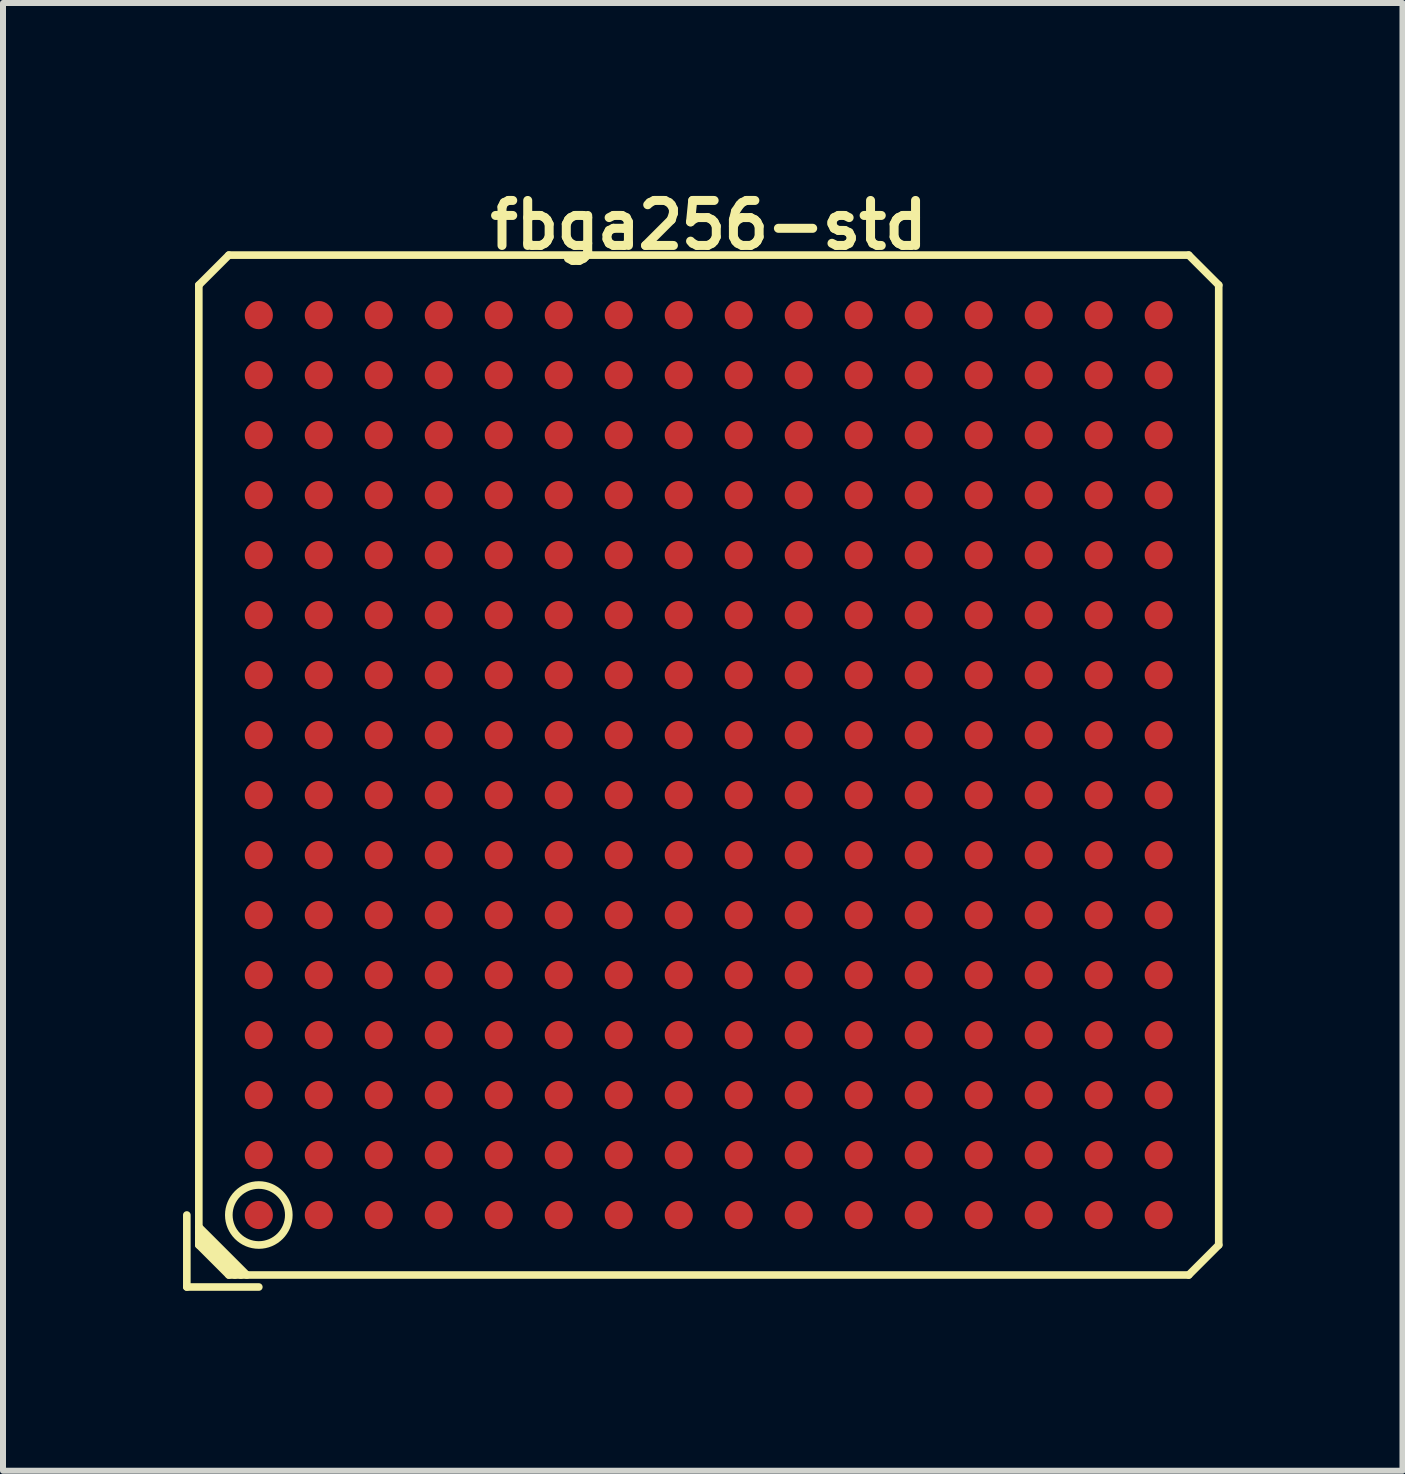
<source format=kicad_pcb>
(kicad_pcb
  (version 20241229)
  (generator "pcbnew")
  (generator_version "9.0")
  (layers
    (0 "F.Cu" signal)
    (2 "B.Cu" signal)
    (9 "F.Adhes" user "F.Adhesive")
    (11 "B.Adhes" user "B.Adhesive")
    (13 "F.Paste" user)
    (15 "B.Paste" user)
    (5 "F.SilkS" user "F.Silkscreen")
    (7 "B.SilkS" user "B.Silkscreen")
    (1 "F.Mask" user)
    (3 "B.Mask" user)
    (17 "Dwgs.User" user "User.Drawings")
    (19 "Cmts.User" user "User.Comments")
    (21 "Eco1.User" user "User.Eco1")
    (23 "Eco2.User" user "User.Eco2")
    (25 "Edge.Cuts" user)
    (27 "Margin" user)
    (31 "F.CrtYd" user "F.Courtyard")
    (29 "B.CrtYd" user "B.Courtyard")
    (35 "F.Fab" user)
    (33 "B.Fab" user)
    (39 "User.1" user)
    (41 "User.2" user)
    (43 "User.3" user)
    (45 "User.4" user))
  (footprint "fbga256-std"
    (layer "F.Cu")
    (at 8.764 9.702)
    (property "Reference" "fbga256-std" (at 0 -9 0) (layer "F.SilkS") (effects (font (size 0.75 0.75) (thickness 0.15))))
    (attr through_hole)
    (fp_line (start -8.7 7.5) (end -8.7 8.7) (stroke (width 0.127) (type solid)) (layer "F.SilkS"))
    (fp_line (start -8.7 8.7) (end -7.5 8.7) (stroke (width 0.127) (type solid)) (layer "F.SilkS"))
    (fp_line (start -8.5 -8) (end -8.5 8) (stroke (width 0.127) (type solid)) (layer "F.SilkS"))
    (fp_line (start -8.5 -8) (end -8 -8.5) (stroke (width 0.127) (type solid)) (layer "F.SilkS"))
    (fp_line (start -8.5 7.7) (end -7.7 8.5) (stroke (width 0.127) (type solid)) (layer "F.SilkS"))
    (fp_line (start -8.5 7.9) (end -7.9 8.5) (stroke (width 0.127) (type solid)) (layer "F.SilkS"))
    (fp_line (start -8 8.5) (end -8.5 8) (stroke (width 0.127) (type solid)) (layer "F.SilkS"))
    (fp_line (start -8 8.5) (end 8 8.5) (stroke (width 0.127) (type solid)) (layer "F.SilkS"))
    (fp_line (start -7.8 8.5) (end -8.5 7.8) (stroke (width 0.127) (type solid)) (layer "F.SilkS"))
    (fp_line (start 8 -8.5) (end -8 -8.5) (stroke (width 0.127) (type solid)) (layer "F.SilkS"))
    (fp_line (start 8 -8.5) (end 8.5 -8) (stroke (width 0.127) (type solid)) (layer "F.SilkS"))
    (fp_line (start 8.5 8) (end 8 8.5) (stroke (width 0.127) (type solid)) (layer "F.SilkS"))
    (fp_line (start 8.5 8) (end 8.5 -8) (stroke (width 0.127) (type solid)) (layer "F.SilkS"))
    (fp_circle (center -7.5 7.5) (end -7.8 7.9) (stroke (width 0.127) (type solid)) (fill no) (layer "F.SilkS"))
    (pad "A1" smd circle (at -7.5 7.5 90) (size 0.47 0.47) (layers "F.Cu" "F.Mask" "F.Paste"))
    (pad "A2" smd circle (at -7.5 6.5 90) (size 0.47 0.47) (layers "F.Cu" "F.Mask" "F.Paste"))
    (pad "A3" smd circle (at -7.5 5.5 90) (size 0.47 0.47) (layers "F.Cu" "F.Mask" "F.Paste"))
    (pad "A4" smd circle (at -7.5 4.5 90) (size 0.47 0.47) (layers "F.Cu" "F.Mask" "F.Paste"))
    (pad "A5" smd circle (at -7.5 3.5 90) (size 0.47 0.47) (layers "F.Cu" "F.Mask" "F.Paste"))
    (pad "A6" smd circle (at -7.5 2.5 90) (size 0.47 0.47) (layers "F.Cu" "F.Mask" "F.Paste"))
    (pad "A7" smd circle (at -7.5 1.5 90) (size 0.47 0.47) (layers "F.Cu" "F.Mask" "F.Paste"))
    (pad "A8" smd circle (at -7.5 0.5 90) (size 0.47 0.47) (layers "F.Cu" "F.Mask" "F.Paste"))
    (pad "A9" smd circle (at -7.5 -0.5 90) (size 0.47 0.47) (layers "F.Cu" "F.Mask" "F.Paste"))
    (pad "A10" smd circle (at -7.5 -1.5 90) (size 0.47 0.47) (layers "F.Cu" "F.Mask" "F.Paste"))
    (pad "A11" smd circle (at -7.5 -2.5 90) (size 0.47 0.47) (layers "F.Cu" "F.Mask" "F.Paste"))
    (pad "A12" smd circle (at -7.5 -3.5 90) (size 0.47 0.47) (layers "F.Cu" "F.Mask" "F.Paste"))
    (pad "A13" smd circle (at -7.5 -4.5 90) (size 0.47 0.47) (layers "F.Cu" "F.Mask" "F.Paste"))
    (pad "A14" smd circle (at -7.5 -5.5 90) (size 0.47 0.47) (layers "F.Cu" "F.Mask" "F.Paste"))
    (pad "A15" smd circle (at -7.5 -6.5 90) (size 0.47 0.47) (layers "F.Cu" "F.Mask" "F.Paste"))
    (pad "A16" smd circle (at -7.5 -7.5 90) (size 0.47 0.47) (layers "F.Cu" "F.Mask" "F.Paste"))
    (pad "B1" smd circle (at -6.5 7.5 90) (size 0.47 0.47) (layers "F.Cu" "F.Mask" "F.Paste"))
    (pad "B2" smd circle (at -6.5 6.5 90) (size 0.47 0.47) (layers "F.Cu" "F.Mask" "F.Paste"))
    (pad "B3" smd circle (at -6.5 5.5 90) (size 0.47 0.47) (layers "F.Cu" "F.Mask" "F.Paste"))
    (pad "B4" smd circle (at -6.5 4.5 90) (size 0.47 0.47) (layers "F.Cu" "F.Mask" "F.Paste"))
    (pad "B5" smd circle (at -6.5 3.5 90) (size 0.47 0.47) (layers "F.Cu" "F.Mask" "F.Paste"))
    (pad "B6" smd circle (at -6.5 2.5 90) (size 0.47 0.47) (layers "F.Cu" "F.Mask" "F.Paste"))
    (pad "B7" smd circle (at -6.5 1.5 90) (size 0.47 0.47) (layers "F.Cu" "F.Mask" "F.Paste"))
    (pad "B8" smd circle (at -6.5 0.5 90) (size 0.47 0.47) (layers "F.Cu" "F.Mask" "F.Paste"))
    (pad "B9" smd circle (at -6.5 -0.5 90) (size 0.47 0.47) (layers "F.Cu" "F.Mask" "F.Paste"))
    (pad "B10" smd circle (at -6.5 -1.5 90) (size 0.47 0.47) (layers "F.Cu" "F.Mask" "F.Paste"))
    (pad "B11" smd circle (at -6.5 -2.5 90) (size 0.47 0.47) (layers "F.Cu" "F.Mask" "F.Paste"))
    (pad "B12" smd circle (at -6.5 -3.5 90) (size 0.47 0.47) (layers "F.Cu" "F.Mask" "F.Paste"))
    (pad "B13" smd circle (at -6.5 -4.5 90) (size 0.47 0.47) (layers "F.Cu" "F.Mask" "F.Paste"))
    (pad "B14" smd circle (at -6.5 -5.5 90) (size 0.47 0.47) (layers "F.Cu" "F.Mask" "F.Paste"))
    (pad "B15" smd circle (at -6.5 -6.5 90) (size 0.47 0.47) (layers "F.Cu" "F.Mask" "F.Paste"))
    (pad "B16" smd circle (at -6.5 -7.5 90) (size 0.47 0.47) (layers "F.Cu" "F.Mask" "F.Paste"))
    (pad "C1" smd circle (at -5.5 7.5 90) (size 0.47 0.47) (layers "F.Cu" "F.Mask" "F.Paste"))
    (pad "C2" smd circle (at -5.5 6.5 90) (size 0.47 0.47) (layers "F.Cu" "F.Mask" "F.Paste"))
    (pad "C3" smd circle (at -5.5 5.5 90) (size 0.47 0.47) (layers "F.Cu" "F.Mask" "F.Paste"))
    (pad "C4" smd circle (at -5.5 4.5 90) (size 0.47 0.47) (layers "F.Cu" "F.Mask" "F.Paste"))
    (pad "C5" smd circle (at -5.5 3.5 90) (size 0.47 0.47) (layers "F.Cu" "F.Mask" "F.Paste"))
    (pad "C6" smd circle (at -5.5 2.5 90) (size 0.47 0.47) (layers "F.Cu" "F.Mask" "F.Paste"))
    (pad "C7" smd circle (at -5.5 1.5 90) (size 0.47 0.47) (layers "F.Cu" "F.Mask" "F.Paste"))
    (pad "C8" smd circle (at -5.5 0.5 90) (size 0.47 0.47) (layers "F.Cu" "F.Mask" "F.Paste"))
    (pad "C9" smd circle (at -5.5 -0.5 90) (size 0.47 0.47) (layers "F.Cu" "F.Mask" "F.Paste"))
    (pad "C10" smd circle (at -5.5 -1.5 90) (size 0.47 0.47) (layers "F.Cu" "F.Mask" "F.Paste"))
    (pad "C11" smd circle (at -5.5 -2.5 90) (size 0.47 0.47) (layers "F.Cu" "F.Mask" "F.Paste"))
    (pad "C12" smd circle (at -5.5 -3.5 90) (size 0.47 0.47) (layers "F.Cu" "F.Mask" "F.Paste"))
    (pad "C13" smd circle (at -5.5 -4.5 90) (size 0.47 0.47) (layers "F.Cu" "F.Mask" "F.Paste"))
    (pad "C14" smd circle (at -5.5 -5.5 90) (size 0.47 0.47) (layers "F.Cu" "F.Mask" "F.Paste"))
    (pad "C15" smd circle (at -5.5 -6.5 90) (size 0.47 0.47) (layers "F.Cu" "F.Mask" "F.Paste"))
    (pad "C16" smd circle (at -5.5 -7.5 90) (size 0.47 0.47) (layers "F.Cu" "F.Mask" "F.Paste"))
    (pad "D1" smd circle (at -4.5 7.5 90) (size 0.47 0.47) (layers "F.Cu" "F.Mask" "F.Paste"))
    (pad "D2" smd circle (at -4.5 6.5 90) (size 0.47 0.47) (layers "F.Cu" "F.Mask" "F.Paste"))
    (pad "D3" smd circle (at -4.5 5.5 90) (size 0.47 0.47) (layers "F.Cu" "F.Mask" "F.Paste"))
    (pad "D4" smd circle (at -4.5 4.5 90) (size 0.47 0.47) (layers "F.Cu" "F.Mask" "F.Paste"))
    (pad "D5" smd circle (at -4.5 3.5 90) (size 0.47 0.47) (layers "F.Cu" "F.Mask" "F.Paste"))
    (pad "D6" smd circle (at -4.5 2.5 90) (size 0.47 0.47) (layers "F.Cu" "F.Mask" "F.Paste"))
    (pad "D7" smd circle (at -4.5 1.5 90) (size 0.47 0.47) (layers "F.Cu" "F.Mask" "F.Paste"))
    (pad "D8" smd circle (at -4.5 0.5 90) (size 0.47 0.47) (layers "F.Cu" "F.Mask" "F.Paste"))
    (pad "D9" smd circle (at -4.5 -0.5 90) (size 0.47 0.47) (layers "F.Cu" "F.Mask" "F.Paste"))
    (pad "D10" smd circle (at -4.5 -1.5 90) (size 0.47 0.47) (layers "F.Cu" "F.Mask" "F.Paste"))
    (pad "D11" smd circle (at -4.5 -2.5 90) (size 0.47 0.47) (layers "F.Cu" "F.Mask" "F.Paste"))
    (pad "D12" smd circle (at -4.5 -3.5 90) (size 0.47 0.47) (layers "F.Cu" "F.Mask" "F.Paste"))
    (pad "D13" smd circle (at -4.5 -4.5 90) (size 0.47 0.47) (layers "F.Cu" "F.Mask" "F.Paste"))
    (pad "D14" smd circle (at -4.5 -5.5 90) (size 0.47 0.47) (layers "F.Cu" "F.Mask" "F.Paste"))
    (pad "D15" smd circle (at -4.5 -6.5 90) (size 0.47 0.47) (layers "F.Cu" "F.Mask" "F.Paste"))
    (pad "D16" smd circle (at -4.5 -7.5 90) (size 0.47 0.47) (layers "F.Cu" "F.Mask" "F.Paste"))
    (pad "E1" smd circle (at -3.5 7.5 90) (size 0.47 0.47) (layers "F.Cu" "F.Mask" "F.Paste"))
    (pad "E2" smd circle (at -3.5 6.5 90) (size 0.47 0.47) (layers "F.Cu" "F.Mask" "F.Paste"))
    (pad "E3" smd circle (at -3.5 5.5 90) (size 0.47 0.47) (layers "F.Cu" "F.Mask" "F.Paste"))
    (pad "E4" smd circle (at -3.5 4.5 90) (size 0.47 0.47) (layers "F.Cu" "F.Mask" "F.Paste"))
    (pad "E5" smd circle (at -3.5 3.5 90) (size 0.47 0.47) (layers "F.Cu" "F.Mask" "F.Paste"))
    (pad "E6" smd circle (at -3.5 2.5 90) (size 0.47 0.47) (layers "F.Cu" "F.Mask" "F.Paste"))
    (pad "E7" smd circle (at -3.5 1.5 90) (size 0.47 0.47) (layers "F.Cu" "F.Mask" "F.Paste"))
    (pad "E8" smd circle (at -3.5 0.5 90) (size 0.47 0.47) (layers "F.Cu" "F.Mask" "F.Paste"))
    (pad "E9" smd circle (at -3.5 -0.5 90) (size 0.47 0.47) (layers "F.Cu" "F.Mask" "F.Paste"))
    (pad "E10" smd circle (at -3.5 -1.5 90) (size 0.47 0.47) (layers "F.Cu" "F.Mask" "F.Paste"))
    (pad "E11" smd circle (at -3.5 -2.5 90) (size 0.47 0.47) (layers "F.Cu" "F.Mask" "F.Paste"))
    (pad "E12" smd circle (at -3.5 -3.5 90) (size 0.47 0.47) (layers "F.Cu" "F.Mask" "F.Paste"))
    (pad "E13" smd circle (at -3.5 -4.5 90) (size 0.47 0.47) (layers "F.Cu" "F.Mask" "F.Paste"))
    (pad "E14" smd circle (at -3.5 -5.5 90) (size 0.47 0.47) (layers "F.Cu" "F.Mask" "F.Paste"))
    (pad "E15" smd circle (at -3.5 -6.5 90) (size 0.47 0.47) (layers "F.Cu" "F.Mask" "F.Paste"))
    (pad "E16" smd circle (at -3.5 -7.5 90) (size 0.47 0.47) (layers "F.Cu" "F.Mask" "F.Paste"))
    (pad "F1" smd circle (at -2.5 7.5 90) (size 0.47 0.47) (layers "F.Cu" "F.Mask" "F.Paste"))
    (pad "F2" smd circle (at -2.5 6.5 90) (size 0.47 0.47) (layers "F.Cu" "F.Mask" "F.Paste"))
    (pad "F3" smd circle (at -2.5 5.5 90) (size 0.47 0.47) (layers "F.Cu" "F.Mask" "F.Paste"))
    (pad "F4" smd circle (at -2.5 4.5 90) (size 0.47 0.47) (layers "F.Cu" "F.Mask" "F.Paste"))
    (pad "F5" smd circle (at -2.5 3.5 90) (size 0.47 0.47) (layers "F.Cu" "F.Mask" "F.Paste"))
    (pad "F6" smd circle (at -2.5 2.5 90) (size 0.47 0.47) (layers "F.Cu" "F.Mask" "F.Paste"))
    (pad "F7" smd circle (at -2.5 1.5 90) (size 0.47 0.47) (layers "F.Cu" "F.Mask" "F.Paste"))
    (pad "F8" smd circle (at -2.5 0.5 90) (size 0.47 0.47) (layers "F.Cu" "F.Mask" "F.Paste"))
    (pad "F9" smd circle (at -2.5 -0.5 90) (size 0.47 0.47) (layers "F.Cu" "F.Mask" "F.Paste"))
    (pad "F10" smd circle (at -2.5 -1.5 90) (size 0.47 0.47) (layers "F.Cu" "F.Mask" "F.Paste"))
    (pad "F11" smd circle (at -2.5 -2.5 90) (size 0.47 0.47) (layers "F.Cu" "F.Mask" "F.Paste"))
    (pad "F12" smd circle (at -2.5 -3.5 90) (size 0.47 0.47) (layers "F.Cu" "F.Mask" "F.Paste"))
    (pad "F13" smd circle (at -2.5 -4.5 90) (size 0.47 0.47) (layers "F.Cu" "F.Mask" "F.Paste"))
    (pad "F14" smd circle (at -2.5 -5.5 90) (size 0.47 0.47) (layers "F.Cu" "F.Mask" "F.Paste"))
    (pad "F15" smd circle (at -2.5 -6.5 90) (size 0.47 0.47) (layers "F.Cu" "F.Mask" "F.Paste"))
    (pad "F16" smd circle (at -2.5 -7.5 90) (size 0.47 0.47) (layers "F.Cu" "F.Mask" "F.Paste"))
    (pad "G1" smd circle (at -1.5 7.5 90) (size 0.47 0.47) (layers "F.Cu" "F.Mask" "F.Paste"))
    (pad "G2" smd circle (at -1.5 6.5 90) (size 0.47 0.47) (layers "F.Cu" "F.Mask" "F.Paste"))
    (pad "G3" smd circle (at -1.5 5.5 90) (size 0.47 0.47) (layers "F.Cu" "F.Mask" "F.Paste"))
    (pad "G4" smd circle (at -1.5 4.5 90) (size 0.47 0.47) (layers "F.Cu" "F.Mask" "F.Paste"))
    (pad "G5" smd circle (at -1.5 3.5 90) (size 0.47 0.47) (layers "F.Cu" "F.Mask" "F.Paste"))
    (pad "G6" smd circle (at -1.5 2.5 90) (size 0.47 0.47) (layers "F.Cu" "F.Mask" "F.Paste"))
    (pad "G7" smd circle (at -1.5 1.5 90) (size 0.47 0.47) (layers "F.Cu" "F.Mask" "F.Paste"))
    (pad "G8" smd circle (at -1.5 0.5 90) (size 0.47 0.47) (layers "F.Cu" "F.Mask" "F.Paste"))
    (pad "G9" smd circle (at -1.5 -0.5 90) (size 0.47 0.47) (layers "F.Cu" "F.Mask" "F.Paste"))
    (pad "G10" smd circle (at -1.5 -1.5 90) (size 0.47 0.47) (layers "F.Cu" "F.Mask" "F.Paste"))
    (pad "G11" smd circle (at -1.5 -2.5 90) (size 0.47 0.47) (layers "F.Cu" "F.Mask" "F.Paste"))
    (pad "G12" smd circle (at -1.5 -3.5 90) (size 0.47 0.47) (layers "F.Cu" "F.Mask" "F.Paste"))
    (pad "G13" smd circle (at -1.5 -4.5 90) (size 0.47 0.47) (layers "F.Cu" "F.Mask" "F.Paste"))
    (pad "G14" smd circle (at -1.5 -5.5 90) (size 0.47 0.47) (layers "F.Cu" "F.Mask" "F.Paste"))
    (pad "G15" smd circle (at -1.5 -6.5 90) (size 0.47 0.47) (layers "F.Cu" "F.Mask" "F.Paste"))
    (pad "G16" smd circle (at -1.5 -7.5 90) (size 0.47 0.47) (layers "F.Cu" "F.Mask" "F.Paste"))
    (pad "H1" smd circle (at -0.5 7.5 90) (size 0.47 0.47) (layers "F.Cu" "F.Mask" "F.Paste"))
    (pad "H2" smd circle (at -0.5 6.5 90) (size 0.47 0.47) (layers "F.Cu" "F.Mask" "F.Paste"))
    (pad "H3" smd circle (at -0.5 5.5 90) (size 0.47 0.47) (layers "F.Cu" "F.Mask" "F.Paste"))
    (pad "H4" smd circle (at -0.5 4.5 90) (size 0.47 0.47) (layers "F.Cu" "F.Mask" "F.Paste"))
    (pad "H5" smd circle (at -0.5 3.5 90) (size 0.47 0.47) (layers "F.Cu" "F.Mask" "F.Paste"))
    (pad "H6" smd circle (at -0.5 2.5 90) (size 0.47 0.47) (layers "F.Cu" "F.Mask" "F.Paste"))
    (pad "H7" smd circle (at -0.5 1.5 90) (size 0.47 0.47) (layers "F.Cu" "F.Mask" "F.Paste"))
    (pad "H8" smd circle (at -0.5 0.5 90) (size 0.47 0.47) (layers "F.Cu" "F.Mask" "F.Paste"))
    (pad "H9" smd circle (at -0.5 -0.5 90) (size 0.47 0.47) (layers "F.Cu" "F.Mask" "F.Paste"))
    (pad "H10" smd circle (at -0.5 -1.5 90) (size 0.47 0.47) (layers "F.Cu" "F.Mask" "F.Paste"))
    (pad "H11" smd circle (at -0.5 -2.5 90) (size 0.47 0.47) (layers "F.Cu" "F.Mask" "F.Paste"))
    (pad "H12" smd circle (at -0.5 -3.5 90) (size 0.47 0.47) (layers "F.Cu" "F.Mask" "F.Paste"))
    (pad "H13" smd circle (at -0.5 -4.5 90) (size 0.47 0.47) (layers "F.Cu" "F.Mask" "F.Paste"))
    (pad "H14" smd circle (at -0.5 -5.5 90) (size 0.47 0.47) (layers "F.Cu" "F.Mask" "F.Paste"))
    (pad "H15" smd circle (at -0.5 -6.5 90) (size 0.47 0.47) (layers "F.Cu" "F.Mask" "F.Paste"))
    (pad "H16" smd circle (at -0.5 -7.5 90) (size 0.47 0.47) (layers "F.Cu" "F.Mask" "F.Paste"))
    (pad "J1" smd circle (at 0.5 7.5 90) (size 0.47 0.47) (layers "F.Cu" "F.Mask" "F.Paste"))
    (pad "J2" smd circle (at 0.5 6.5 90) (size 0.47 0.47) (layers "F.Cu" "F.Mask" "F.Paste"))
    (pad "J3" smd circle (at 0.5 5.5 90) (size 0.47 0.47) (layers "F.Cu" "F.Mask" "F.Paste"))
    (pad "J4" smd circle (at 0.5 4.5 90) (size 0.47 0.47) (layers "F.Cu" "F.Mask" "F.Paste"))
    (pad "J5" smd circle (at 0.5 3.5 90) (size 0.47 0.47) (layers "F.Cu" "F.Mask" "F.Paste"))
    (pad "J6" smd circle (at 0.5 2.5 90) (size 0.47 0.47) (layers "F.Cu" "F.Mask" "F.Paste"))
    (pad "J7" smd circle (at 0.5 1.5 90) (size 0.47 0.47) (layers "F.Cu" "F.Mask" "F.Paste"))
    (pad "J8" smd circle (at 0.5 0.5 90) (size 0.47 0.47) (layers "F.Cu" "F.Mask" "F.Paste"))
    (pad "J9" smd circle (at 0.5 -0.5 90) (size 0.47 0.47) (layers "F.Cu" "F.Mask" "F.Paste"))
    (pad "J10" smd circle (at 0.5 -1.5 90) (size 0.47 0.47) (layers "F.Cu" "F.Mask" "F.Paste"))
    (pad "J11" smd circle (at 0.5 -2.5 90) (size 0.47 0.47) (layers "F.Cu" "F.Mask" "F.Paste"))
    (pad "J12" smd circle (at 0.5 -3.5 90) (size 0.47 0.47) (layers "F.Cu" "F.Mask" "F.Paste"))
    (pad "J13" smd circle (at 0.5 -4.5 90) (size 0.47 0.47) (layers "F.Cu" "F.Mask" "F.Paste"))
    (pad "J14" smd circle (at 0.5 -5.5 90) (size 0.47 0.47) (layers "F.Cu" "F.Mask" "F.Paste"))
    (pad "J15" smd circle (at 0.5 -6.5 90) (size 0.47 0.47) (layers "F.Cu" "F.Mask" "F.Paste"))
    (pad "J16" smd circle (at 0.5 -7.5 90) (size 0.47 0.47) (layers "F.Cu" "F.Mask" "F.Paste"))
    (pad "K1" smd circle (at 1.5 7.5 90) (size 0.47 0.47) (layers "F.Cu" "F.Mask" "F.Paste"))
    (pad "K2" smd circle (at 1.5 6.5 90) (size 0.47 0.47) (layers "F.Cu" "F.Mask" "F.Paste"))
    (pad "K3" smd circle (at 1.5 5.5 90) (size 0.47 0.47) (layers "F.Cu" "F.Mask" "F.Paste"))
    (pad "K4" smd circle (at 1.5 4.5 90) (size 0.47 0.47) (layers "F.Cu" "F.Mask" "F.Paste"))
    (pad "K5" smd circle (at 1.5 3.5 90) (size 0.47 0.47) (layers "F.Cu" "F.Mask" "F.Paste"))
    (pad "K6" smd circle (at 1.5 2.5 90) (size 0.47 0.47) (layers "F.Cu" "F.Mask" "F.Paste"))
    (pad "K7" smd circle (at 1.5 1.5 90) (size 0.47 0.47) (layers "F.Cu" "F.Mask" "F.Paste"))
    (pad "K8" smd circle (at 1.5 0.5 90) (size 0.47 0.47) (layers "F.Cu" "F.Mask" "F.Paste"))
    (pad "K9" smd circle (at 1.5 -0.5 90) (size 0.47 0.47) (layers "F.Cu" "F.Mask" "F.Paste"))
    (pad "K10" smd circle (at 1.5 -1.5 90) (size 0.47 0.47) (layers "F.Cu" "F.Mask" "F.Paste"))
    (pad "K11" smd circle (at 1.5 -2.5 90) (size 0.47 0.47) (layers "F.Cu" "F.Mask" "F.Paste"))
    (pad "K12" smd circle (at 1.5 -3.5 90) (size 0.47 0.47) (layers "F.Cu" "F.Mask" "F.Paste"))
    (pad "K13" smd circle (at 1.5 -4.5 90) (size 0.47 0.47) (layers "F.Cu" "F.Mask" "F.Paste"))
    (pad "K14" smd circle (at 1.5 -5.5 90) (size 0.47 0.47) (layers "F.Cu" "F.Mask" "F.Paste"))
    (pad "K15" smd circle (at 1.5 -6.5 90) (size 0.47 0.47) (layers "F.Cu" "F.Mask" "F.Paste"))
    (pad "K16" smd circle (at 1.5 -7.5 90) (size 0.47 0.47) (layers "F.Cu" "F.Mask" "F.Paste"))
    (pad "L1" smd circle (at 2.5 7.5 90) (size 0.47 0.47) (layers "F.Cu" "F.Mask" "F.Paste"))
    (pad "L2" smd circle (at 2.5 6.5 90) (size 0.47 0.47) (layers "F.Cu" "F.Mask" "F.Paste"))
    (pad "L3" smd circle (at 2.5 5.5 90) (size 0.47 0.47) (layers "F.Cu" "F.Mask" "F.Paste"))
    (pad "L4" smd circle (at 2.5 4.5 90) (size 0.47 0.47) (layers "F.Cu" "F.Mask" "F.Paste"))
    (pad "L5" smd circle (at 2.5 3.5 90) (size 0.47 0.47) (layers "F.Cu" "F.Mask" "F.Paste"))
    (pad "L6" smd circle (at 2.5 2.5 90) (size 0.47 0.47) (layers "F.Cu" "F.Mask" "F.Paste"))
    (pad "L7" smd circle (at 2.5 1.5 90) (size 0.47 0.47) (layers "F.Cu" "F.Mask" "F.Paste"))
    (pad "L8" smd circle (at 2.5 0.5 90) (size 0.47 0.47) (layers "F.Cu" "F.Mask" "F.Paste"))
    (pad "L9" smd circle (at 2.5 -0.5 90) (size 0.47 0.47) (layers "F.Cu" "F.Mask" "F.Paste"))
    (pad "L10" smd circle (at 2.5 -1.5 90) (size 0.47 0.47) (layers "F.Cu" "F.Mask" "F.Paste"))
    (pad "L11" smd circle (at 2.5 -2.5 90) (size 0.47 0.47) (layers "F.Cu" "F.Mask" "F.Paste"))
    (pad "L12" smd circle (at 2.5 -3.5 90) (size 0.47 0.47) (layers "F.Cu" "F.Mask" "F.Paste"))
    (pad "L13" smd circle (at 2.5 -4.5 90) (size 0.47 0.47) (layers "F.Cu" "F.Mask" "F.Paste"))
    (pad "L14" smd circle (at 2.5 -5.5 90) (size 0.47 0.47) (layers "F.Cu" "F.Mask" "F.Paste"))
    (pad "L15" smd circle (at 2.5 -6.5 90) (size 0.47 0.47) (layers "F.Cu" "F.Mask" "F.Paste"))
    (pad "L16" smd circle (at 2.5 -7.5 90) (size 0.47 0.47) (layers "F.Cu" "F.Mask" "F.Paste"))
    (pad "M1" smd circle (at 3.5 7.5 90) (size 0.47 0.47) (layers "F.Cu" "F.Mask" "F.Paste"))
    (pad "M2" smd circle (at 3.5 6.5 90) (size 0.47 0.47) (layers "F.Cu" "F.Mask" "F.Paste"))
    (pad "M3" smd circle (at 3.5 5.5 90) (size 0.47 0.47) (layers "F.Cu" "F.Mask" "F.Paste"))
    (pad "M4" smd circle (at 3.5 4.5 90) (size 0.47 0.47) (layers "F.Cu" "F.Mask" "F.Paste"))
    (pad "M5" smd circle (at 3.5 3.5 90) (size 0.47 0.47) (layers "F.Cu" "F.Mask" "F.Paste"))
    (pad "M6" smd circle (at 3.5 2.5 90) (size 0.47 0.47) (layers "F.Cu" "F.Mask" "F.Paste"))
    (pad "M7" smd circle (at 3.5 1.5 90) (size 0.47 0.47) (layers "F.Cu" "F.Mask" "F.Paste"))
    (pad "M8" smd circle (at 3.5 0.5 90) (size 0.47 0.47) (layers "F.Cu" "F.Mask" "F.Paste"))
    (pad "M9" smd circle (at 3.5 -0.5 90) (size 0.47 0.47) (layers "F.Cu" "F.Mask" "F.Paste"))
    (pad "M10" smd circle (at 3.5 -1.5 90) (size 0.47 0.47) (layers "F.Cu" "F.Mask" "F.Paste"))
    (pad "M11" smd circle (at 3.5 -2.5 90) (size 0.47 0.47) (layers "F.Cu" "F.Mask" "F.Paste"))
    (pad "M12" smd circle (at 3.5 -3.5 90) (size 0.47 0.47) (layers "F.Cu" "F.Mask" "F.Paste"))
    (pad "M13" smd circle (at 3.5 -4.5 90) (size 0.47 0.47) (layers "F.Cu" "F.Mask" "F.Paste"))
    (pad "M14" smd circle (at 3.5 -5.5 90) (size 0.47 0.47) (layers "F.Cu" "F.Mask" "F.Paste"))
    (pad "M15" smd circle (at 3.5 -6.5 90) (size 0.47 0.47) (layers "F.Cu" "F.Mask" "F.Paste"))
    (pad "M16" smd circle (at 3.5 -7.5 90) (size 0.47 0.47) (layers "F.Cu" "F.Mask" "F.Paste"))
    (pad "N1" smd circle (at 4.5 7.5 90) (size 0.47 0.47) (layers "F.Cu" "F.Mask" "F.Paste"))
    (pad "N2" smd circle (at 4.5 6.5 90) (size 0.47 0.47) (layers "F.Cu" "F.Mask" "F.Paste"))
    (pad "N3" smd circle (at 4.5 5.5 90) (size 0.47 0.47) (layers "F.Cu" "F.Mask" "F.Paste"))
    (pad "N4" smd circle (at 4.5 4.5 90) (size 0.47 0.47) (layers "F.Cu" "F.Mask" "F.Paste"))
    (pad "N5" smd circle (at 4.5 3.5 90) (size 0.47 0.47) (layers "F.Cu" "F.Mask" "F.Paste"))
    (pad "N6" smd circle (at 4.5 2.5 90) (size 0.47 0.47) (layers "F.Cu" "F.Mask" "F.Paste"))
    (pad "N7" smd circle (at 4.5 1.5 90) (size 0.47 0.47) (layers "F.Cu" "F.Mask" "F.Paste"))
    (pad "N8" smd circle (at 4.5 0.5 90) (size 0.47 0.47) (layers "F.Cu" "F.Mask" "F.Paste"))
    (pad "N9" smd circle (at 4.5 -0.5 90) (size 0.47 0.47) (layers "F.Cu" "F.Mask" "F.Paste"))
    (pad "N10" smd circle (at 4.5 -1.5 90) (size 0.47 0.47) (layers "F.Cu" "F.Mask" "F.Paste"))
    (pad "N11" smd circle (at 4.5 -2.5 90) (size 0.47 0.47) (layers "F.Cu" "F.Mask" "F.Paste"))
    (pad "N12" smd circle (at 4.5 -3.5 90) (size 0.47 0.47) (layers "F.Cu" "F.Mask" "F.Paste"))
    (pad "N13" smd circle (at 4.5 -4.5 90) (size 0.47 0.47) (layers "F.Cu" "F.Mask" "F.Paste"))
    (pad "N14" smd circle (at 4.5 -5.5 90) (size 0.47 0.47) (layers "F.Cu" "F.Mask" "F.Paste"))
    (pad "N15" smd circle (at 4.5 -6.5 90) (size 0.47 0.47) (layers "F.Cu" "F.Mask" "F.Paste"))
    (pad "N16" smd circle (at 4.5 -7.5 90) (size 0.47 0.47) (layers "F.Cu" "F.Mask" "F.Paste"))
    (pad "P1" smd circle (at 5.5 7.5 90) (size 0.47 0.47) (layers "F.Cu" "F.Mask" "F.Paste"))
    (pad "P2" smd circle (at 5.5 6.5 90) (size 0.47 0.47) (layers "F.Cu" "F.Mask" "F.Paste"))
    (pad "P3" smd circle (at 5.5 5.5 90) (size 0.47 0.47) (layers "F.Cu" "F.Mask" "F.Paste"))
    (pad "P4" smd circle (at 5.5 4.5 90) (size 0.47 0.47) (layers "F.Cu" "F.Mask" "F.Paste"))
    (pad "P5" smd circle (at 5.5 3.5 90) (size 0.47 0.47) (layers "F.Cu" "F.Mask" "F.Paste"))
    (pad "P6" smd circle (at 5.5 2.5 90) (size 0.47 0.47) (layers "F.Cu" "F.Mask" "F.Paste"))
    (pad "P7" smd circle (at 5.5 1.5 90) (size 0.47 0.47) (layers "F.Cu" "F.Mask" "F.Paste"))
    (pad "P8" smd circle (at 5.5 0.5 90) (size 0.47 0.47) (layers "F.Cu" "F.Mask" "F.Paste"))
    (pad "P9" smd circle (at 5.5 -0.5 90) (size 0.47 0.47) (layers "F.Cu" "F.Mask" "F.Paste"))
    (pad "P10" smd circle (at 5.5 -1.5 90) (size 0.47 0.47) (layers "F.Cu" "F.Mask" "F.Paste"))
    (pad "P11" smd circle (at 5.5 -2.5 90) (size 0.47 0.47) (layers "F.Cu" "F.Mask" "F.Paste"))
    (pad "P12" smd circle (at 5.5 -3.5 90) (size 0.47 0.47) (layers "F.Cu" "F.Mask" "F.Paste"))
    (pad "P13" smd circle (at 5.5 -4.5 90) (size 0.47 0.47) (layers "F.Cu" "F.Mask" "F.Paste"))
    (pad "P14" smd circle (at 5.5 -5.5 90) (size 0.47 0.47) (layers "F.Cu" "F.Mask" "F.Paste"))
    (pad "P15" smd circle (at 5.5 -6.5 90) (size 0.47 0.47) (layers "F.Cu" "F.Mask" "F.Paste"))
    (pad "P16" smd circle (at 5.5 -7.5 90) (size 0.47 0.47) (layers "F.Cu" "F.Mask" "F.Paste"))
    (pad "R1" smd circle (at 6.5 7.5 90) (size 0.47 0.47) (layers "F.Cu" "F.Mask" "F.Paste"))
    (pad "R2" smd circle (at 6.5 6.5 90) (size 0.47 0.47) (layers "F.Cu" "F.Mask" "F.Paste"))
    (pad "R3" smd circle (at 6.5 5.5 90) (size 0.47 0.47) (layers "F.Cu" "F.Mask" "F.Paste"))
    (pad "R4" smd circle (at 6.5 4.5 90) (size 0.47 0.47) (layers "F.Cu" "F.Mask" "F.Paste"))
    (pad "R5" smd circle (at 6.5 3.5 90) (size 0.47 0.47) (layers "F.Cu" "F.Mask" "F.Paste"))
    (pad "R6" smd circle (at 6.5 2.5 90) (size 0.47 0.47) (layers "F.Cu" "F.Mask" "F.Paste"))
    (pad "R7" smd circle (at 6.5 1.5 90) (size 0.47 0.47) (layers "F.Cu" "F.Mask" "F.Paste"))
    (pad "R8" smd circle (at 6.5 0.5 90) (size 0.47 0.47) (layers "F.Cu" "F.Mask" "F.Paste"))
    (pad "R9" smd circle (at 6.5 -0.5 90) (size 0.47 0.47) (layers "F.Cu" "F.Mask" "F.Paste"))
    (pad "R10" smd circle (at 6.5 -1.5 90) (size 0.47 0.47) (layers "F.Cu" "F.Mask" "F.Paste"))
    (pad "R11" smd circle (at 6.5 -2.5 90) (size 0.47 0.47) (layers "F.Cu" "F.Mask" "F.Paste"))
    (pad "R12" smd circle (at 6.5 -3.5 90) (size 0.47 0.47) (layers "F.Cu" "F.Mask" "F.Paste"))
    (pad "R13" smd circle (at 6.5 -4.5 90) (size 0.47 0.47) (layers "F.Cu" "F.Mask" "F.Paste"))
    (pad "R14" smd circle (at 6.5 -5.5 90) (size 0.47 0.47) (layers "F.Cu" "F.Mask" "F.Paste"))
    (pad "R15" smd circle (at 6.5 -6.5 90) (size 0.47 0.47) (layers "F.Cu" "F.Mask" "F.Paste"))
    (pad "R16" smd circle (at 6.5 -7.5 90) (size 0.47 0.47) (layers "F.Cu" "F.Mask" "F.Paste"))
    (pad "T1" smd circle (at 7.5 7.5 90) (size 0.47 0.47) (layers "F.Cu" "F.Mask" "F.Paste"))
    (pad "T2" smd circle (at 7.5 6.5 90) (size 0.47 0.47) (layers "F.Cu" "F.Mask" "F.Paste"))
    (pad "T3" smd circle (at 7.5 5.5 90) (size 0.47 0.47) (layers "F.Cu" "F.Mask" "F.Paste"))
    (pad "T4" smd circle (at 7.5 4.5 90) (size 0.47 0.47) (layers "F.Cu" "F.Mask" "F.Paste"))
    (pad "T5" smd circle (at 7.5 3.5 90) (size 0.47 0.47) (layers "F.Cu" "F.Mask" "F.Paste"))
    (pad "T6" smd circle (at 7.5 2.5 90) (size 0.47 0.47) (layers "F.Cu" "F.Mask" "F.Paste"))
    (pad "T7" smd circle (at 7.5 1.5 90) (size 0.47 0.47) (layers "F.Cu" "F.Mask" "F.Paste"))
    (pad "T8" smd circle (at 7.5 0.5 90) (size 0.47 0.47) (layers "F.Cu" "F.Mask" "F.Paste"))
    (pad "T9" smd circle (at 7.5 -0.5 90) (size 0.47 0.47) (layers "F.Cu" "F.Mask" "F.Paste"))
    (pad "T10" smd circle (at 7.5 -1.5 90) (size 0.47 0.47) (layers "F.Cu" "F.Mask" "F.Paste"))
    (pad "T11" smd circle (at 7.5 -2.5 90) (size 0.47 0.47) (layers "F.Cu" "F.Mask" "F.Paste"))
    (pad "T12" smd circle (at 7.5 -3.5 90) (size 0.47 0.47) (layers "F.Cu" "F.Mask" "F.Paste"))
    (pad "T13" smd circle (at 7.5 -4.5 90) (size 0.47 0.47) (layers "F.Cu" "F.Mask" "F.Paste"))
    (pad "T14" smd circle (at 7.5 -5.5 90) (size 0.47 0.47) (layers "F.Cu" "F.Mask" "F.Paste"))
    (pad "T15" smd circle (at 7.5 -6.5 90) (size 0.47 0.47) (layers "F.Cu" "F.Mask" "F.Paste"))
    (pad "T16" smd circle (at 7.5 -7.5 90) (size 0.47 0.47) (layers "F.Cu" "F.Mask" "F.Paste")))
  (gr_rect
    (start -3 -3)
    (end 20.327 21.465)
    (stroke (width 0.1) (type default))
    (fill no)
    (layer "Edge.Cuts")))
</source>
